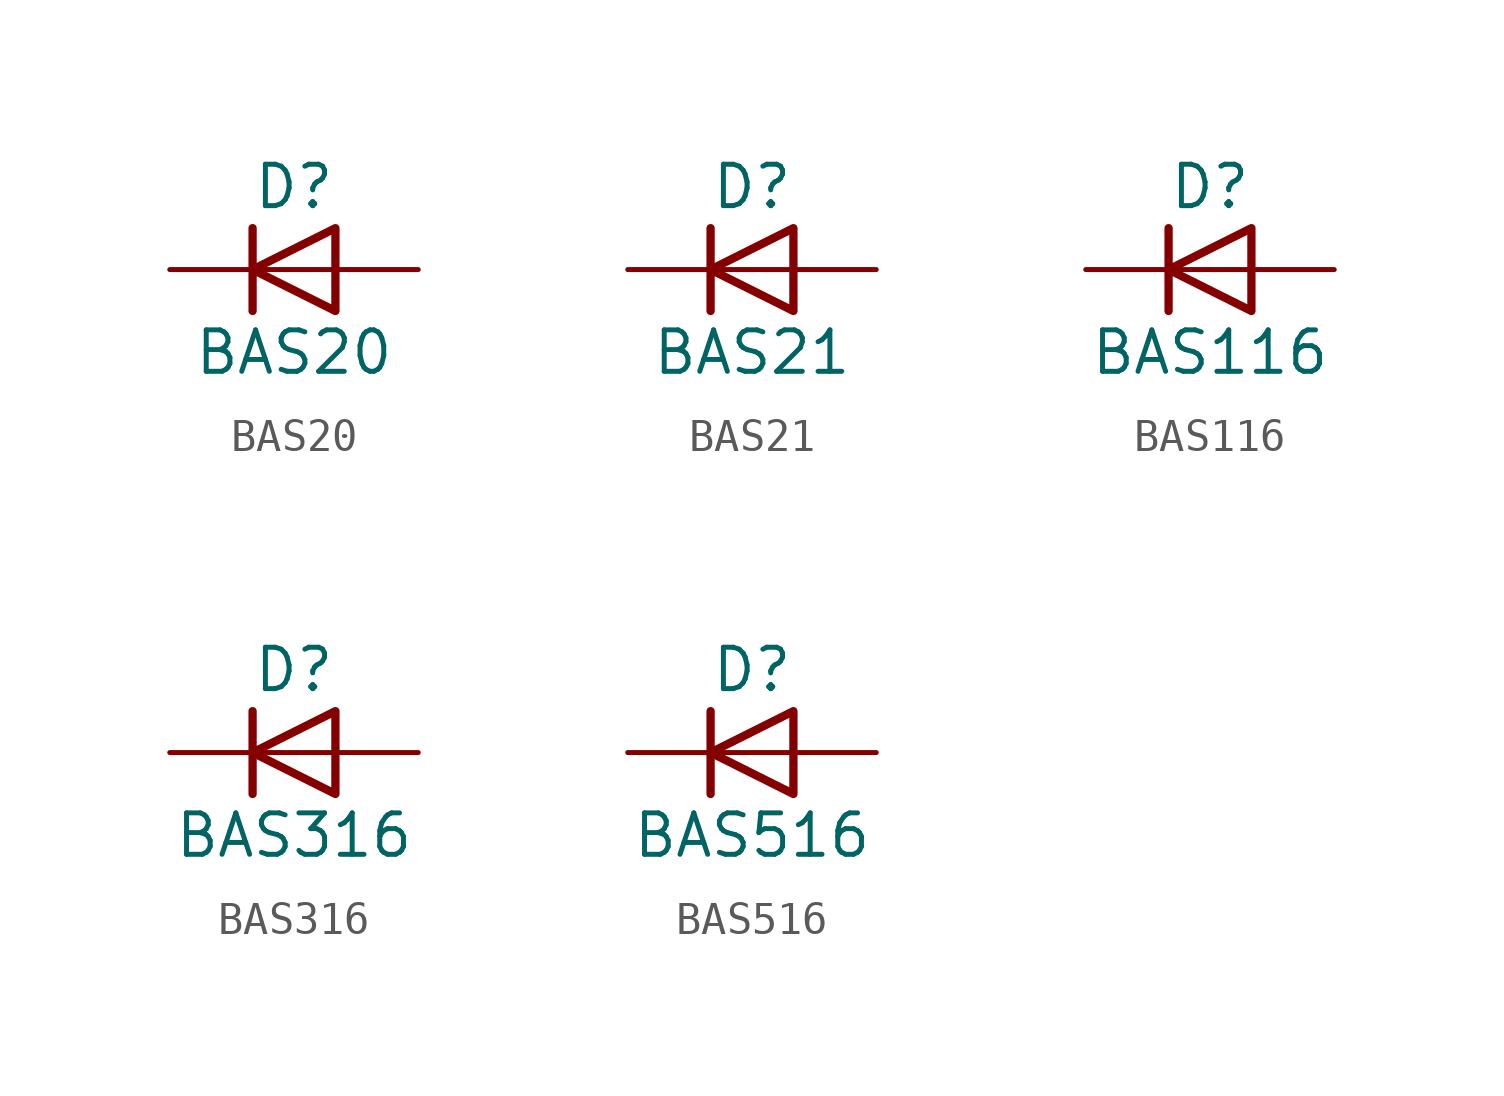
<source format=kicad_sym>
(kicad_symbol_lib
  (version 20241209)
  (generator "kicad_symbol_editor")
  (generator_version "9.0")
  (symbol "BAS20"
    (pin_numbers
      (hide yes))
    (pin_names
      (hide yes))
    (property "Reference" "D"
      (at 0 2.54 0)
      (effects (font (size 1.27 1.27))))
    (property "Value" "BAS20"
      (at 0 -2.54 0)
      (effects (font (size 1.27 1.27))))
    (symbol "BAS20_0_1"
      (polyline (pts (xy -1.27 1.27) (xy -1.27 -1.27)) (stroke (width 0.254) (type default)) (fill (type none)))
      (polyline (pts (xy 1.27 1.27) (xy 1.27 -1.27) (xy -1.27 0) (xy 1.27 1.27)) (stroke (width 0.254) (type default)) (fill (type none)))
      (polyline (pts (xy 1.27 0) (xy -1.27 0)) (stroke (width 0) (type default)) (fill (type none))))
    (symbol "BAS20_1_1"
      (pin passive line (at -3.81 0 0) (length 2.54) (name "K" (effects (font (size 1.27 1.27)))) (number "3" (effects (font (size 1.27 1.27)))))
      (pin no_connect line (at -1.27 0 0) (length 2.54) (hide yes) (name "NC" (effects (font (size 1.27 1.27)))) (number "2" (effects (font (size 1.27 1.27)))))
      (pin passive line (at 3.81 0 180) (length 2.54) (name "A" (effects (font (size 1.27 1.27)))) (number "1" (effects (font (size 1.27 1.27)))))))
  (symbol "BAS21"
    (pin_numbers
      (hide yes))
    (pin_names
      (hide yes))
    (property "Reference" "D"
      (at 0 2.54 0)
      (effects (font (size 1.27 1.27))))
    (property "Value" "BAS21"
      (at 0 -2.54 0)
      (effects (font (size 1.27 1.27))))
    (symbol "BAS21_0_1"
      (polyline (pts (xy -1.27 1.27) (xy -1.27 -1.27)) (stroke (width 0.254) (type default)) (fill (type none)))
      (polyline (pts (xy 1.27 1.27) (xy 1.27 -1.27) (xy -1.27 0) (xy 1.27 1.27)) (stroke (width 0.254) (type default)) (fill (type none)))
      (polyline (pts (xy 1.27 0) (xy -1.27 0)) (stroke (width 0) (type default)) (fill (type none))))
    (symbol "BAS21_1_1"
      (pin passive line (at -3.81 0 0) (length 2.54) (name "K" (effects (font (size 1.27 1.27)))) (number "3" (effects (font (size 1.27 1.27)))))
      (pin no_connect line (at -1.27 0 0) (length 2.54) (hide yes) (name "NC" (effects (font (size 1.27 1.27)))) (number "2" (effects (font (size 1.27 1.27)))))
      (pin passive line (at 3.81 0 180) (length 2.54) (name "A" (effects (font (size 1.27 1.27)))) (number "1" (effects (font (size 1.27 1.27)))))))
  (symbol "BAS116"
    (pin_numbers
      (hide yes))
    (pin_names
      (hide yes))
    (property "Reference" "D"
      (at 0 2.54 0)
      (effects (font (size 1.27 1.27))))
    (property "Value" "BAS116"
      (at 0 -2.54 0)
      (effects (font (size 1.27 1.27))))
    (symbol "BAS116_0_1"
      (polyline (pts (xy -1.27 1.27) (xy -1.27 -1.27)) (stroke (width 0.254) (type default)) (fill (type none)))
      (polyline (pts (xy 1.27 1.27) (xy 1.27 -1.27) (xy -1.27 0) (xy 1.27 1.27)) (stroke (width 0.254) (type default)) (fill (type none)))
      (polyline (pts (xy 1.27 0) (xy -1.27 0)) (stroke (width 0) (type default)) (fill (type none))))
    (symbol "BAS116_1_1"
      (pin passive line (at -3.81 0 0) (length 2.54) (name "K" (effects (font (size 1.27 1.27)))) (number "3" (effects (font (size 1.27 1.27)))))
      (pin no_connect line (at -1.27 0 0) (length 2.54) (hide yes) (name "NC" (effects (font (size 1.27 1.27)))) (number "2" (effects (font (size 1.27 1.27)))))
      (pin passive line (at 3.81 0 180) (length 2.54) (name "A" (effects (font (size 1.27 1.27)))) (number "1" (effects (font (size 1.27 1.27)))))))
  (symbol "BAS316"
    (pin_numbers
      (hide yes))
    (pin_names
      (hide yes))
    (property "Reference" "D"
      (at 0 2.54 0)
      (effects (font (size 1.27 1.27))))
    (property "Value" "BAS316"
      (at 0 -2.54 0)
      (effects (font (size 1.27 1.27))))
    (symbol "BAS316_0_1"
      (polyline (pts (xy -1.27 1.27) (xy -1.27 -1.27)) (stroke (width 0.254) (type default)) (fill (type none)))
      (polyline (pts (xy 1.27 1.27) (xy 1.27 -1.27) (xy -1.27 0) (xy 1.27 1.27)) (stroke (width 0.254) (type default)) (fill (type none)))
      (polyline (pts (xy 1.27 0) (xy -1.27 0)) (stroke (width 0) (type default)) (fill (type none))))
    (symbol "BAS316_1_1"
      (pin passive line (at -3.81 0 0) (length 2.54) (name "K" (effects (font (size 1.27 1.27)))) (number "1" (effects (font (size 1.27 1.27)))))
      (pin passive line (at 3.81 0 180) (length 2.54) (name "A" (effects (font (size 1.27 1.27)))) (number "2" (effects (font (size 1.27 1.27)))))))
  (symbol "BAS516"
    (pin_numbers
      (hide yes))
    (pin_names
      (hide yes))
    (property "Reference" "D"
      (at 0 2.54 0)
      (effects (font (size 1.27 1.27))))
    (property "Value" "BAS516"
      (at 0 -2.54 0)
      (effects (font (size 1.27 1.27))))
    (symbol "BAS516_0_1"
      (polyline (pts (xy -1.27 1.27) (xy -1.27 -1.27)) (stroke (width 0.254) (type default)) (fill (type none)))
      (polyline (pts (xy 1.27 1.27) (xy 1.27 -1.27) (xy -1.27 0) (xy 1.27 1.27)) (stroke (width 0.254) (type default)) (fill (type none)))
      (polyline (pts (xy 1.27 0) (xy -1.27 0)) (stroke (width 0) (type default)) (fill (type none))))
    (symbol "BAS516_1_1"
      (pin passive line (at -3.81 0 0) (length 2.54) (name "K" (effects (font (size 1.27 1.27)))) (number "1" (effects (font (size 1.27 1.27)))))
      (pin passive line (at 3.81 0 180) (length 2.54) (name "A" (effects (font (size 1.27 1.27)))) (number "2" (effects (font (size 1.27 1.27))))))))
</source>
